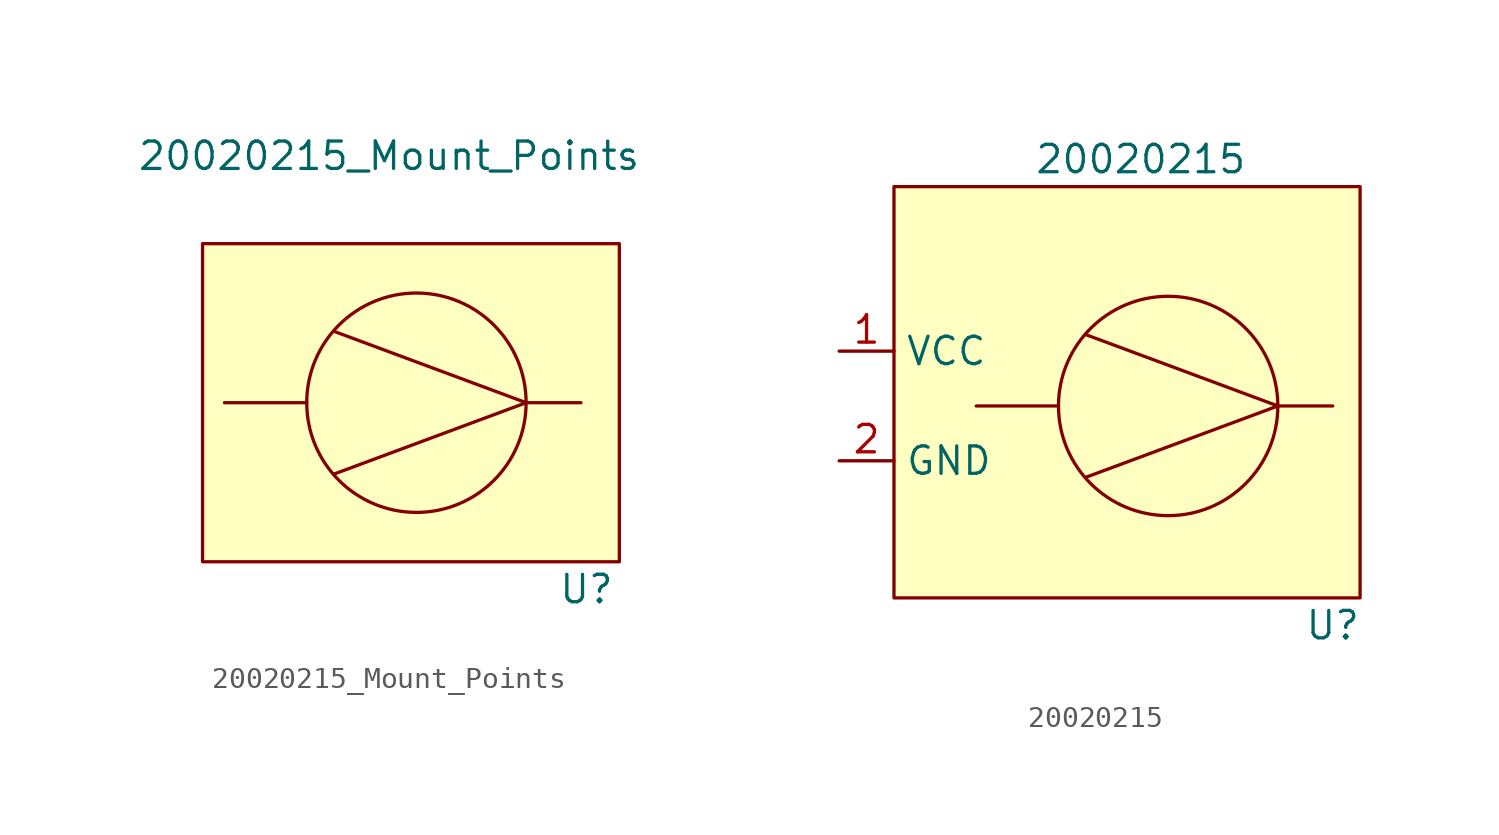
<source format=kicad_sym>
(kicad_symbol_lib
  (version 20220914)
  (generator kicad_symbol_editor)
  (symbol "20020215_Mount_Points"
    (property "Reference" "U"
      (at 7.874 -8.636 0)
      (effects (font (size 1.27 1.27))))
    (property "Value" "20020215_Mount_Points"
      (at -1.27 11.43 0)
      (effects (font (size 1.27 1.27))))
    (symbol "20020215_Mount_Points_0_1"
      (rectangle (start -9.906 7.366) (end 9.398 -7.366) (stroke (width 0) (type default)) (fill (type background)))
      (polyline (pts (xy -5.08 0) (xy -8.89 0)) (stroke (width 0) (type default)) (fill (type none)))
      (polyline (pts (xy -3.81 3.302) (xy 5.08 0)) (stroke (width 0) (type default)) (fill (type none)))
      (polyline (pts (xy 5.08 0) (xy -3.81 -3.302)) (stroke (width 0) (type default)) (fill (type none)))
      (polyline (pts (xy 5.08 0) (xy 7.62 0)) (stroke (width 0) (type default)) (fill (type none)))
      (circle (center 0 0) (radius 5.08) (stroke (width 0) (type default)) (fill (type none)))))
  (symbol "20020215"
    (property "Reference" "U"
      (at 7.62 -10.16 0)
      (effects (font (size 1.27 1.27))))
    (property "Value" "20020215"
      (at -1.27 11.43 0)
      (effects (font (size 1.27 1.27))))
    (symbol "20020215_0_1"
      (rectangle (start -12.7 10.16) (end 8.89 -8.89) (stroke (width 0) (type default)) (fill (type background)))
      (polyline (pts (xy -5.08 0) (xy -8.89 0)) (stroke (width 0) (type default)) (fill (type none)))
      (polyline (pts (xy -3.81 3.302) (xy 5.08 0)) (stroke (width 0) (type default)) (fill (type none)))
      (polyline (pts (xy 5.08 0) (xy -3.81 -3.302)) (stroke (width 0) (type default)) (fill (type none)))
      (polyline (pts (xy 5.08 0) (xy 7.62 0)) (stroke (width 0) (type default)) (fill (type none)))
      (circle (center 0 0) (radius 5.08) (stroke (width 0) (type default)) (fill (type none))))
    (symbol "20020215_1_1"
      (pin passive line (at -15.24 2.54 0) (length 2.54) (name "VCC" (effects (font (size 1.27 1.27)))) (number "1" (effects (font (size 1.27 1.27)))))
      (pin passive line (at -15.24 -2.54 0) (length 2.54) (name "GND" (effects (font (size 1.27 1.27)))) (number "2" (effects (font (size 1.27 1.27))))))))
</source>
